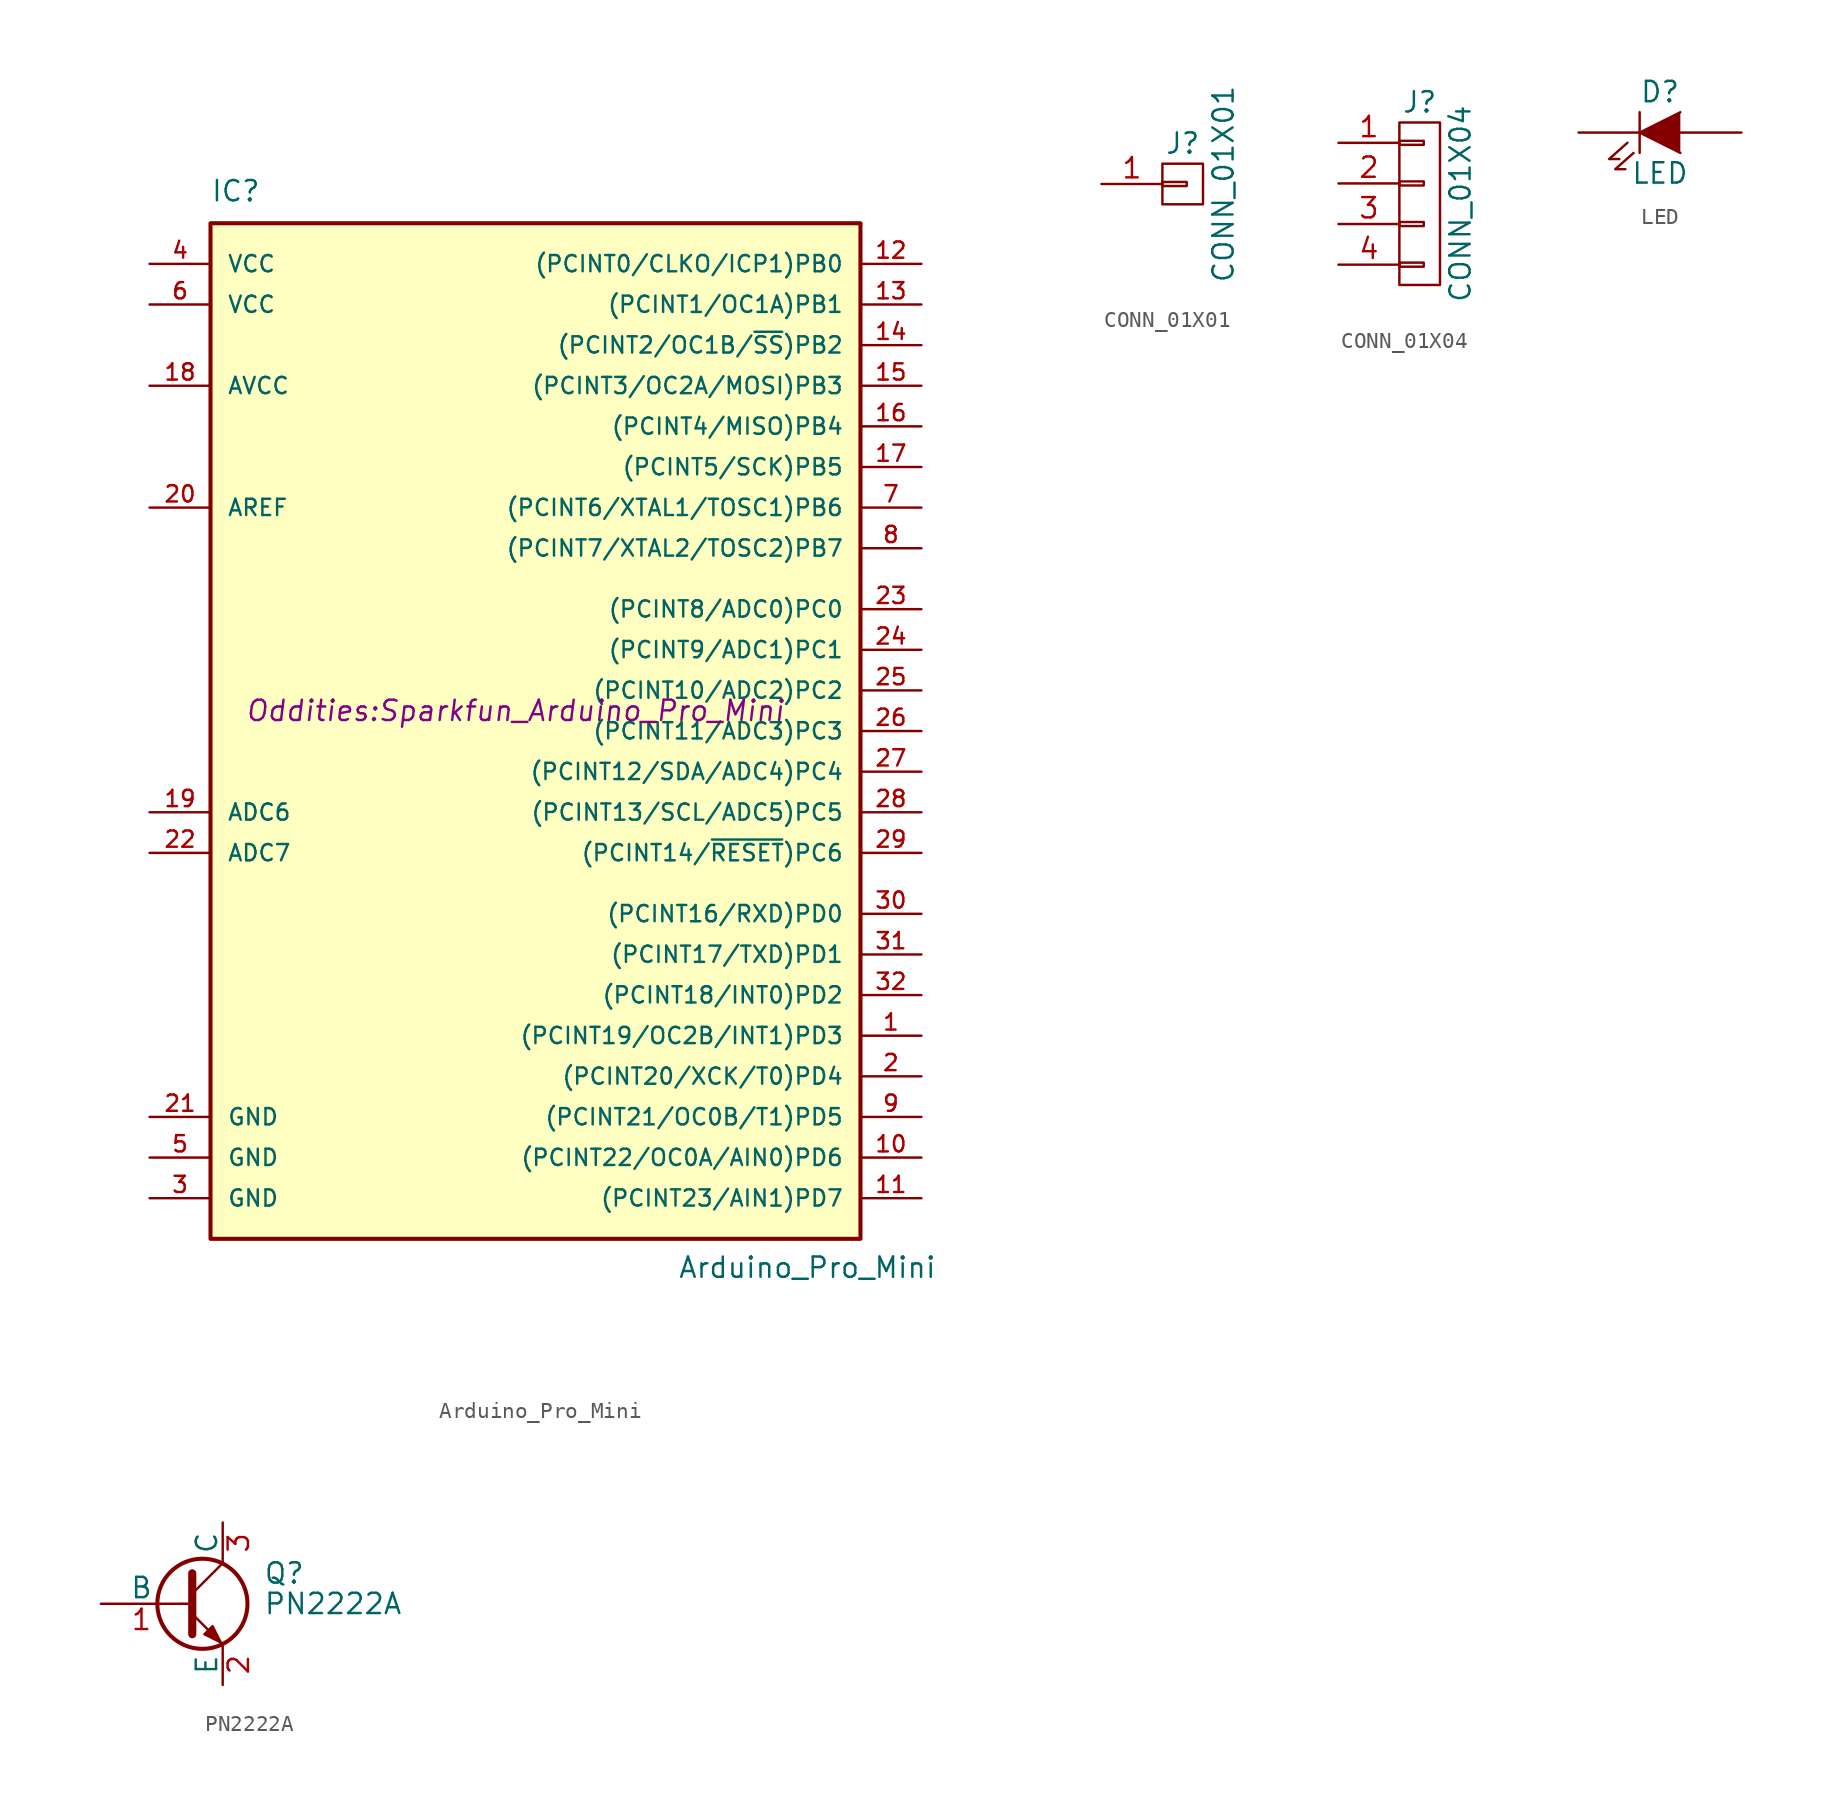
<source format=kicad_sym>
(kicad_symbol_lib
  (version 20211014)
  (generator kicad_symbol_editor)
  (symbol "Arduino_Pro_Mini"
    (pin_names
      (offset 1.016))
    (property "Reference" "IC"
      (at -19.05 31.75 0)
      (effects (font (size 1.27 1.27)) (justify left bottom)))
    (property "Value" "Arduino_Pro_Mini"
      (at 10.16 -35.56 0)
      (effects (font (size 1.27 1.27)) (justify left bottom)))
    (property "Footprint" "Oddities:Sparkfun_Arduino_Pro_Mini"
      (at 0 0 0)
      (effects (font (size 1.27 1.27) italic)))
    (property "Datasheet" ""
      (at 0 0 0)
      (effects (font (size 1.27 1.27))))
    (symbol "Arduino_Pro_Mini_0_1"
      (rectangle (start -19.05 30.48) (end 21.59 -33.02) (stroke (width 0.254) (type default) (color 0 0 0 0)) (fill (type background))))
    (symbol "Arduino_Pro_Mini_1_1"
      (pin bidirectional line (at 25.4 -20.32 180) (length 3.81) (name "(PCINT19/OC2B/INT1)PD3" (effects (font (size 1.016 1.016)))) (number "1" (effects (font (size 1.016 1.016)))))
      (pin bidirectional line (at 25.4 -27.94 180) (length 3.81) (name "(PCINT22/OC0A/AIN0)PD6" (effects (font (size 1.016 1.016)))) (number "10" (effects (font (size 1.016 1.016)))))
      (pin bidirectional line (at 25.4 -30.48 180) (length 3.81) (name "(PCINT23/AIN1)PD7" (effects (font (size 1.016 1.016)))) (number "11" (effects (font (size 1.016 1.016)))))
      (pin bidirectional line (at 25.4 27.94 180) (length 3.81) (name "(PCINT0/CLKO/ICP1)PB0" (effects (font (size 1.016 1.016)))) (number "12" (effects (font (size 1.016 1.016)))))
      (pin bidirectional line (at 25.4 25.4 180) (length 3.81) (name "(PCINT1/OC1A)PB1" (effects (font (size 1.016 1.016)))) (number "13" (effects (font (size 1.016 1.016)))))
      (pin bidirectional line (at 25.4 22.86 180) (length 3.81) (name "(PCINT2/OC1B/~{SS})PB2" (effects (font (size 1.016 1.016)))) (number "14" (effects (font (size 1.016 1.016)))))
      (pin bidirectional line (at 25.4 20.32 180) (length 3.81) (name "(PCINT3/OC2A/MOSI)PB3" (effects (font (size 1.016 1.016)))) (number "15" (effects (font (size 1.016 1.016)))))
      (pin bidirectional line (at 25.4 17.78 180) (length 3.81) (name "(PCINT4/MISO)PB4" (effects (font (size 1.016 1.016)))) (number "16" (effects (font (size 1.016 1.016)))))
      (pin bidirectional line (at 25.4 15.24 180) (length 3.81) (name "(PCINT5/SCK)PB5" (effects (font (size 1.016 1.016)))) (number "17" (effects (font (size 1.016 1.016)))))
      (pin power_in line (at -22.86 20.32 0) (length 3.81) (name "AVCC" (effects (font (size 1.016 1.016)))) (number "18" (effects (font (size 1.016 1.016)))))
      (pin input line (at -22.86 -6.35 0) (length 3.81) (name "ADC6" (effects (font (size 1.016 1.016)))) (number "19" (effects (font (size 1.016 1.016)))))
      (pin bidirectional line (at 25.4 -22.86 180) (length 3.81) (name "(PCINT20/XCK/T0)PD4" (effects (font (size 1.016 1.016)))) (number "2" (effects (font (size 1.016 1.016)))))
      (pin power_in line (at -22.86 12.7 0) (length 3.81) (name "AREF" (effects (font (size 1.016 1.016)))) (number "20" (effects (font (size 1.016 1.016)))))
      (pin power_in line (at -22.86 -25.4 0) (length 3.81) (name "GND" (effects (font (size 1.016 1.016)))) (number "21" (effects (font (size 1.016 1.016)))))
      (pin input line (at -22.86 -8.89 0) (length 3.81) (name "ADC7" (effects (font (size 1.016 1.016)))) (number "22" (effects (font (size 1.016 1.016)))))
      (pin bidirectional line (at 25.4 6.35 180) (length 3.81) (name "(PCINT8/ADC0)PC0" (effects (font (size 1.016 1.016)))) (number "23" (effects (font (size 1.016 1.016)))))
      (pin bidirectional line (at 25.4 3.81 180) (length 3.81) (name "(PCINT9/ADC1)PC1" (effects (font (size 1.016 1.016)))) (number "24" (effects (font (size 1.016 1.016)))))
      (pin bidirectional line (at 25.4 1.27 180) (length 3.81) (name "(PCINT10/ADC2)PC2" (effects (font (size 1.016 1.016)))) (number "25" (effects (font (size 1.016 1.016)))))
      (pin bidirectional line (at 25.4 -1.27 180) (length 3.81) (name "(PCINT11/ADC3)PC3" (effects (font (size 1.016 1.016)))) (number "26" (effects (font (size 1.016 1.016)))))
      (pin bidirectional line (at 25.4 -3.81 180) (length 3.81) (name "(PCINT12/SDA/ADC4)PC4" (effects (font (size 1.016 1.016)))) (number "27" (effects (font (size 1.016 1.016)))))
      (pin bidirectional line (at 25.4 -6.35 180) (length 3.81) (name "(PCINT13/SCL/ADC5)PC5" (effects (font (size 1.016 1.016)))) (number "28" (effects (font (size 1.016 1.016)))))
      (pin bidirectional line (at 25.4 -8.89 180) (length 3.81) (name "(PCINT14/~{RESET})PC6" (effects (font (size 1.016 1.016)))) (number "29" (effects (font (size 1.016 1.016)))))
      (pin power_in line (at -22.86 -30.48 0) (length 3.81) (name "GND" (effects (font (size 1.016 1.016)))) (number "3" (effects (font (size 1.016 1.016)))))
      (pin bidirectional line (at 25.4 -12.7 180) (length 3.81) (name "(PCINT16/RXD)PD0" (effects (font (size 1.016 1.016)))) (number "30" (effects (font (size 1.016 1.016)))))
      (pin bidirectional line (at 25.4 -15.24 180) (length 3.81) (name "(PCINT17/TXD)PD1" (effects (font (size 1.016 1.016)))) (number "31" (effects (font (size 1.016 1.016)))))
      (pin bidirectional line (at 25.4 -17.78 180) (length 3.81) (name "(PCINT18/INT0)PD2" (effects (font (size 1.016 1.016)))) (number "32" (effects (font (size 1.016 1.016)))))
      (pin power_in line (at -22.86 27.94 0) (length 3.81) (name "VCC" (effects (font (size 1.016 1.016)))) (number "4" (effects (font (size 1.016 1.016)))))
      (pin power_in line (at -22.86 -27.94 0) (length 3.81) (name "GND" (effects (font (size 1.016 1.016)))) (number "5" (effects (font (size 1.016 1.016)))))
      (pin power_in line (at -22.86 25.4 0) (length 3.81) (name "VCC" (effects (font (size 1.016 1.016)))) (number "6" (effects (font (size 1.016 1.016)))))
      (pin bidirectional line (at 25.4 12.7 180) (length 3.81) (name "(PCINT6/XTAL1/TOSC1)PB6" (effects (font (size 1.016 1.016)))) (number "7" (effects (font (size 1.016 1.016)))))
      (pin bidirectional line (at 25.4 10.16 180) (length 3.81) (name "(PCINT7/XTAL2/TOSC2)PB7" (effects (font (size 1.016 1.016)))) (number "8" (effects (font (size 1.016 1.016)))))
      (pin bidirectional line (at 25.4 -25.4 180) (length 3.81) (name "(PCINT21/OC0B/T1)PD5" (effects (font (size 1.016 1.016)))) (number "9" (effects (font (size 1.016 1.016)))))))
  (symbol "CONN_01X01"
    (pin_names
      (offset 1.016) hide)
    (property "Reference" "J"
      (at 0 2.54 0)
      (effects (font (size 1.27 1.27))))
    (property "Value" "CONN_01X01"
      (at 2.54 0 90)
      (effects (font (size 1.27 1.27))))
    (symbol "CONN_01X01_0_1"
      (rectangle (start -1.27 0.127) (end 0.254 -0.127) (stroke (width 0) (type default) (color 0 0 0 0)) (fill (type none)))
      (rectangle (start -1.27 1.27) (end 1.27 -1.27) (stroke (width 0) (type default) (color 0 0 0 0)) (fill (type none))))
    (symbol "CONN_01X01_1_1"
      (pin passive line (at -5.08 0 0) (length 3.81) (name "P1" (effects (font (size 1.27 1.27)))) (number "1" (effects (font (size 1.27 1.27)))))))
  (symbol "CONN_01X04"
    (pin_names
      (offset 1.016) hide)
    (property "Reference" "J"
      (at 0 6.35 0)
      (effects (font (size 1.27 1.27))))
    (property "Value" "CONN_01X04"
      (at 2.54 0 90)
      (effects (font (size 1.27 1.27))))
    (symbol "CONN_01X04_0_1"
      (rectangle (start -1.27 -3.683) (end 0.254 -3.937) (stroke (width 0) (type default) (color 0 0 0 0)) (fill (type none)))
      (rectangle (start -1.27 -1.143) (end 0.254 -1.397) (stroke (width 0) (type default) (color 0 0 0 0)) (fill (type none)))
      (rectangle (start -1.27 1.397) (end 0.254 1.143) (stroke (width 0) (type default) (color 0 0 0 0)) (fill (type none)))
      (rectangle (start -1.27 3.937) (end 0.254 3.683) (stroke (width 0) (type default) (color 0 0 0 0)) (fill (type none)))
      (rectangle (start -1.27 5.08) (end 1.27 -5.08) (stroke (width 0) (type default) (color 0 0 0 0)) (fill (type none))))
    (symbol "CONN_01X04_1_1"
      (pin passive line (at -5.08 3.81 0) (length 3.81) (name "P1" (effects (font (size 1.27 1.27)))) (number "1" (effects (font (size 1.27 1.27)))))
      (pin passive line (at -5.08 1.27 0) (length 3.81) (name "P2" (effects (font (size 1.27 1.27)))) (number "2" (effects (font (size 1.27 1.27)))))
      (pin passive line (at -5.08 -1.27 0) (length 3.81) (name "P3" (effects (font (size 1.27 1.27)))) (number "3" (effects (font (size 1.27 1.27)))))
      (pin passive line (at -5.08 -3.81 0) (length 3.81) (name "P4" (effects (font (size 1.27 1.27)))) (number "4" (effects (font (size 1.27 1.27)))))))
  (symbol "LED"
    (pin_numbers hide)
    (pin_names
      (offset 1.016) hide)
    (property "Reference" "D"
      (at 0 2.54 0)
      (effects (font (size 1.27 1.27))))
    (property "Value" "LED"
      (at 0 -2.54 0)
      (effects (font (size 1.27 1.27))))
    (property "Footprint" ""
      (at 0 0 0)
      (effects (font (size 1.27 1.27))))
    (property "Datasheet" ""
      (at 0 0 0)
      (effects (font (size 1.27 1.27))))
    (symbol "LED_0_1"
      (polyline (pts (xy -1.27 1.27) (xy -1.27 -1.27)) (stroke (width 0) (type default) (color 0 0 0 0)) (fill (type none)))
      (polyline (pts (xy -2.032 -0.635) (xy -3.175 -1.651) (xy -2.54 -1.651)) (stroke (width 0) (type default) (color 0 0 0 0)) (fill (type none)))
      (polyline (pts (xy -1.651 -1.27) (xy -2.794 -2.286) (xy -2.159 -2.286)) (stroke (width 0) (type default) (color 0 0 0 0)) (fill (type none)))
      (polyline (pts (xy 1.27 1.27) (xy -1.27 0) (xy 1.27 -1.27)) (stroke (width 0) (type default) (color 0 0 0 0)) (fill (type outline))))
    (symbol "LED_1_1"
      (pin passive line (at -5.08 0 0) (length 3.81) (name "K" (effects (font (size 1.016 1.016)))) (number "1" (effects (font (size 1.016 1.016)))))
      (pin passive line (at 5.08 0 180) (length 3.81) (name "A" (effects (font (size 1.016 1.016)))) (number "2" (effects (font (size 1.016 1.016)))))))
  (symbol "PN2222A"
    (pin_names
      (offset 0))
    (property "Reference" "Q"
      (at 5.08 1.905 0)
      (effects (font (size 1.27 1.27)) (justify left)))
    (property "Value" "PN2222A"
      (at 5.08 0 0)
      (effects (font (size 1.27 1.27)) (justify left)))
    (symbol "PN2222A_0_1"
      (polyline (pts (xy 0 0) (xy 0.635 0)) (stroke (width 0) (type default) (color 0 0 0 0)) (fill (type none)))
      (polyline (pts (xy 2.54 -2.54) (xy 0.635 -0.635)) (stroke (width 0) (type default) (color 0 0 0 0)) (fill (type none)))
      (polyline (pts (xy 2.54 2.54) (xy 0.635 0.635)) (stroke (width 0) (type default) (color 0 0 0 0)) (fill (type none)))
      (polyline (pts (xy 0.635 1.905) (xy 0.635 -1.905) (xy 0.635 -1.905)) (stroke (width 0.508) (type default) (color 0 0 0 0)) (fill (type none)))
      (polyline (pts (xy 2.413 -2.413) (xy 1.905 -1.905) (xy 1.905 -1.905)) (stroke (width 0) (type default) (color 0 0 0 0)) (fill (type none)))
      (polyline (pts (xy 1.397 -1.905) (xy 1.905 -1.397) (xy 2.413 -2.413) (xy 1.397 -1.905) (xy 1.397 -1.905)) (stroke (width 0) (type default) (color 0 0 0 0)) (fill (type outline)))
      (circle (center 1.27 0) (radius 2.819) (stroke (width 0.254) (type default) (color 0 0 0 0)) (fill (type none))))
    (symbol "PN2222A_1_1"
      (pin input line (at -5.08 0 0) (length 5.08) (name "B" (effects (font (size 1.27 1.27)))) (number "1" (effects (font (size 1.27 1.27)))))
      (pin passive line (at 2.54 -5.08 90) (length 2.54) (name "E" (effects (font (size 1.27 1.27)))) (number "2" (effects (font (size 1.27 1.27)))))
      (pin passive line (at 2.54 5.08 270) (length 2.54) (name "C" (effects (font (size 1.27 1.27)))) (number "3" (effects (font (size 1.27 1.27))))))))
</source>
